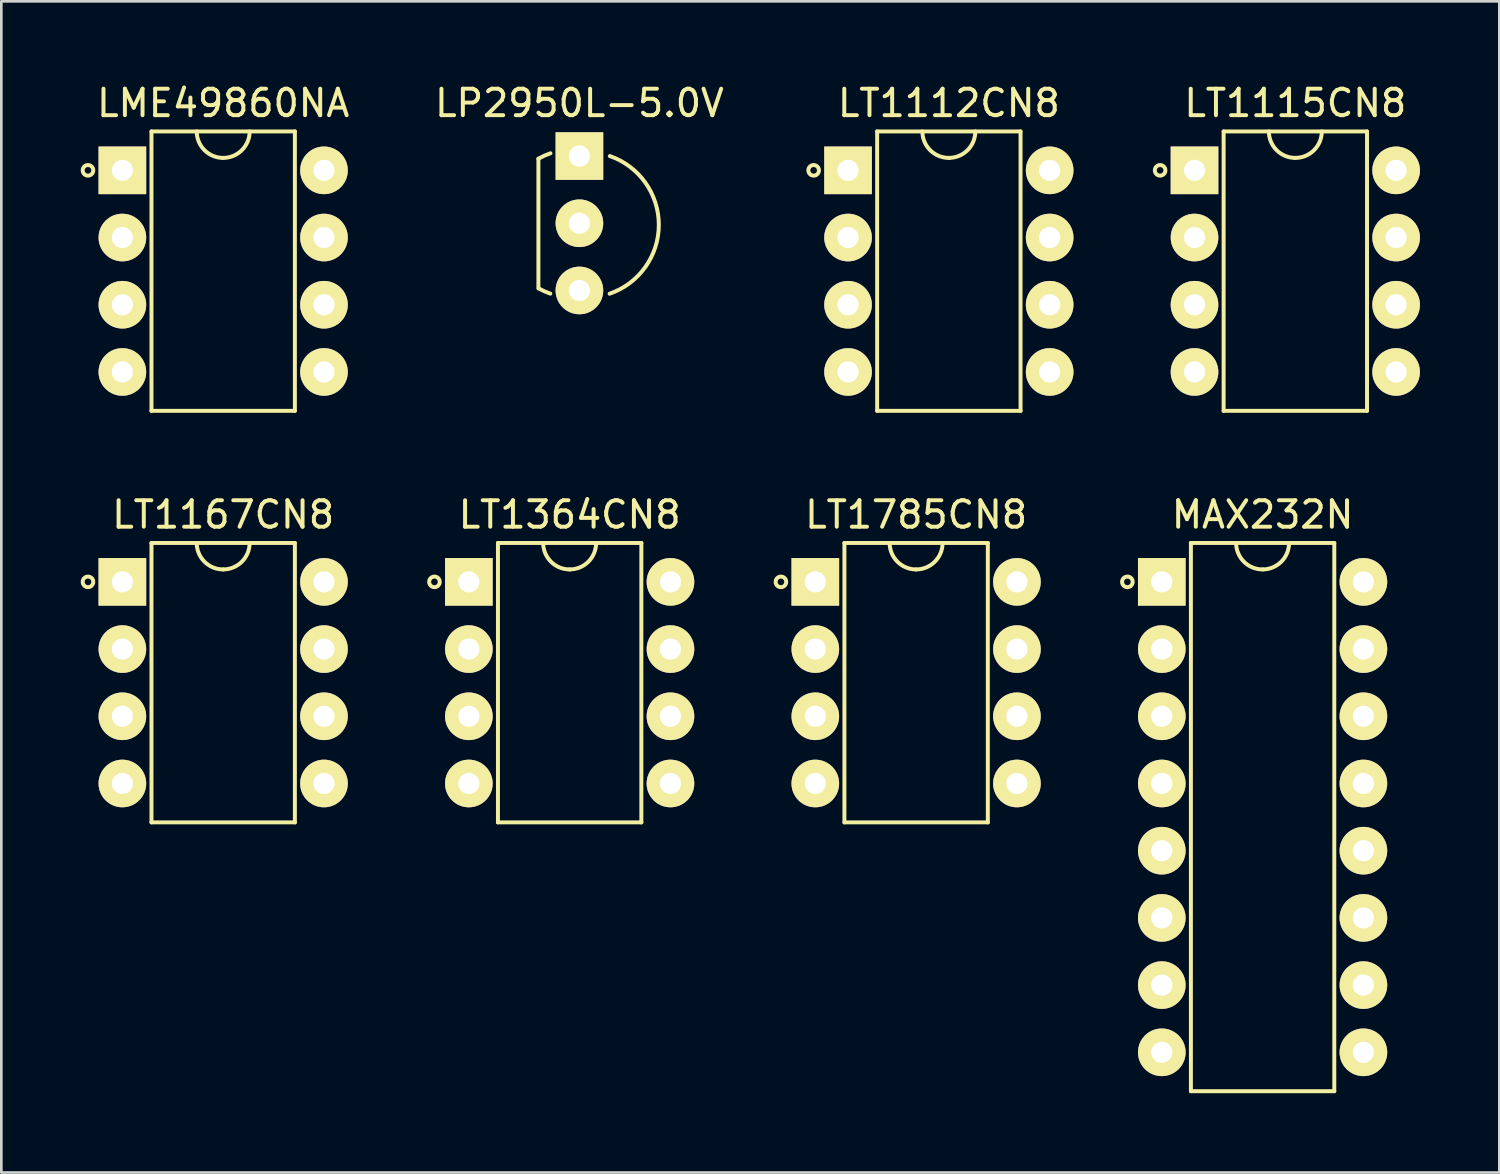
<source format=kicad_pcb>
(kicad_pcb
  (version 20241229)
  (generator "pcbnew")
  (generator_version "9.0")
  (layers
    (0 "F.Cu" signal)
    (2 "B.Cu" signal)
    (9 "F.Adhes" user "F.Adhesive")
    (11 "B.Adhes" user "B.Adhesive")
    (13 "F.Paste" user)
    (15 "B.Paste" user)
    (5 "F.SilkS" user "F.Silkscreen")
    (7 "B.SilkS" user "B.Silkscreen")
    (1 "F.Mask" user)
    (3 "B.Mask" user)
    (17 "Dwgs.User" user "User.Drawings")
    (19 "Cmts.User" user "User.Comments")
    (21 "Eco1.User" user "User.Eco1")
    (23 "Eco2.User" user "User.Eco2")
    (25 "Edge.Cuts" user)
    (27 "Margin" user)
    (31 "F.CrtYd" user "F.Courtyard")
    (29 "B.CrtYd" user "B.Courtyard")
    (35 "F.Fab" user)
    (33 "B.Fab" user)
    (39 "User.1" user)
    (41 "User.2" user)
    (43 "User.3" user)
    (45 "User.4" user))
  (footprint "LT1112CN8"
    (layer "F.Cu")
    (at 29.002 3.388)
    (property "Reference" "LT1112CN8" (at 3.81 -2.54 0) (layer "F.SilkS") (effects (font (size 1 1) (thickness 0.15))))
    (attr through_hole)
    (fp_line (start 1.1 -1.47) (end 6.52 -1.47) (stroke (width 0.15) (type solid)) (layer "F.SilkS"))
    (fp_line (start 1.1 9.09) (end 1.1 -1.47) (stroke (width 0.15) (type solid)) (layer "F.SilkS"))
    (fp_line (start 6.52 -1.47) (end 6.52 9.09) (stroke (width 0.15) (type solid)) (layer "F.SilkS"))
    (fp_line (start 6.52 9.09) (end 1.1 9.09) (stroke (width 0.15) (type solid)) (layer "F.SilkS"))
    (fp_arc (start 3.81 -0.47) (mid 3.102893 -0.762893) (end 2.81 -1.47) (stroke (width 0.15) (type solid)) (layer "F.SilkS"))
    (fp_arc (start 4.81 -1.47) (mid 4.517107 -0.762893) (end 3.81 -0.47) (stroke (width 0.15) (type solid)) (layer "F.SilkS"))
    (fp_circle (center -1.3 0) (end -1.3 0.2) (stroke (width 0.15) (type solid)) (fill no) (layer "F.SilkS"))
    (pad "1" thru_hole rect (at 0 0) (size 1.8 1.8) (drill 0.8) (layers "*.Cu" "*.Mask" "F.SilkS"))
    (pad "2" thru_hole circle (at 0 2.54) (size 1.8 1.8) (drill 0.8) (layers "*.Cu" "*.Mask" "F.SilkS"))
    (pad "3" thru_hole circle (at 0 5.08) (size 1.8 1.8) (drill 0.8) (layers "*.Cu" "*.Mask" "F.SilkS"))
    (pad "4" thru_hole circle (at 0 7.62) (size 1.8 1.8) (drill 0.8) (layers "*.Cu" "*.Mask" "F.SilkS"))
    (pad "5" thru_hole circle (at 7.62 7.62) (size 1.8 1.8) (drill 0.8) (layers "*.Cu" "*.Mask" "F.SilkS"))
    (pad "6" thru_hole circle (at 7.62 5.08) (size 1.8 1.8) (drill 0.8) (layers "*.Cu" "*.Mask" "F.SilkS"))
    (pad "7" thru_hole circle (at 7.62 2.54) (size 1.8 1.8) (drill 0.8) (layers "*.Cu" "*.Mask" "F.SilkS"))
    (pad "8" thru_hole circle (at 7.62 0) (size 1.8 1.8) (drill 0.8) (layers "*.Cu" "*.Mask" "F.SilkS")))
  (footprint "LT1115CN8"
    (layer "F.Cu")
    (at 42.097 3.388)
    (property "Reference" "LT1115CN8" (at 3.81 -2.54 0) (layer "F.SilkS") (effects (font (size 1 1) (thickness 0.15))))
    (attr through_hole)
    (fp_line (start 1.1 -1.47) (end 6.52 -1.47) (stroke (width 0.15) (type solid)) (layer "F.SilkS"))
    (fp_line (start 1.1 9.09) (end 1.1 -1.47) (stroke (width 0.15) (type solid)) (layer "F.SilkS"))
    (fp_line (start 6.52 -1.47) (end 6.52 9.09) (stroke (width 0.15) (type solid)) (layer "F.SilkS"))
    (fp_line (start 6.52 9.09) (end 1.1 9.09) (stroke (width 0.15) (type solid)) (layer "F.SilkS"))
    (fp_arc (start 3.81 -0.47) (mid 3.102893 -0.762893) (end 2.81 -1.47) (stroke (width 0.15) (type solid)) (layer "F.SilkS"))
    (fp_arc (start 4.81 -1.47) (mid 4.517107 -0.762893) (end 3.81 -0.47) (stroke (width 0.15) (type solid)) (layer "F.SilkS"))
    (fp_circle (center -1.3 0) (end -1.3 0.2) (stroke (width 0.15) (type solid)) (fill no) (layer "F.SilkS"))
    (pad "1" thru_hole rect (at 0 0) (size 1.8 1.8) (drill 0.8) (layers "*.Cu" "*.Mask" "F.SilkS"))
    (pad "2" thru_hole circle (at 0 2.54) (size 1.8 1.8) (drill 0.8) (layers "*.Cu" "*.Mask" "F.SilkS"))
    (pad "3" thru_hole circle (at 0 5.08) (size 1.8 1.8) (drill 0.8) (layers "*.Cu" "*.Mask" "F.SilkS"))
    (pad "4" thru_hole circle (at 0 7.62) (size 1.8 1.8) (drill 0.8) (layers "*.Cu" "*.Mask" "F.SilkS"))
    (pad "5" thru_hole circle (at 7.62 7.62) (size 1.8 1.8) (drill 0.8) (layers "*.Cu" "*.Mask" "F.SilkS"))
    (pad "6" thru_hole circle (at 7.62 5.08) (size 1.8 1.8) (drill 0.8) (layers "*.Cu" "*.Mask" "F.SilkS"))
    (pad "7" thru_hole circle (at 7.62 2.54) (size 1.8 1.8) (drill 0.8) (layers "*.Cu" "*.Mask" "F.SilkS"))
    (pad "8" thru_hole circle (at 7.62 0) (size 1.8 1.8) (drill 0.8) (layers "*.Cu" "*.Mask" "F.SilkS")))
  (footprint "MAX232N"
    (layer "F.Cu")
    (at 40.86 18.942)
    (property "Reference" "MAX232N" (at 3.81 -2.54 0) (layer "F.SilkS") (effects (font (size 1 1) (thickness 0.15))))
    (attr through_hole)
    (fp_line (start 1.1 -1.47) (end 6.52 -1.47) (stroke (width 0.15) (type solid)) (layer "F.SilkS"))
    (fp_line (start 1.1 19.25) (end 1.1 -1.47) (stroke (width 0.15) (type solid)) (layer "F.SilkS"))
    (fp_line (start 6.52 -1.47) (end 6.52 19.25) (stroke (width 0.15) (type solid)) (layer "F.SilkS"))
    (fp_line (start 6.52 19.25) (end 1.1 19.25) (stroke (width 0.15) (type solid)) (layer "F.SilkS"))
    (fp_arc (start 3.81 -0.47) (mid 3.102893 -0.762893) (end 2.81 -1.47) (stroke (width 0.15) (type solid)) (layer "F.SilkS"))
    (fp_arc (start 4.81 -1.47) (mid 4.517107 -0.762893) (end 3.81 -0.47) (stroke (width 0.15) (type solid)) (layer "F.SilkS"))
    (fp_circle (center -1.3 0) (end -1.3 0.2) (stroke (width 0.15) (type solid)) (fill no) (layer "F.SilkS"))
    (pad "1" thru_hole rect (at 0 0) (size 1.8 1.8) (drill 0.8) (layers "*.Cu" "*.Mask" "F.SilkS"))
    (pad "2" thru_hole circle (at 0 2.54) (size 1.8 1.8) (drill 0.8) (layers "*.Cu" "*.Mask" "F.SilkS"))
    (pad "3" thru_hole circle (at 0 5.08) (size 1.8 1.8) (drill 0.8) (layers "*.Cu" "*.Mask" "F.SilkS"))
    (pad "4" thru_hole circle (at 0 7.62) (size 1.8 1.8) (drill 0.8) (layers "*.Cu" "*.Mask" "F.SilkS"))
    (pad "5" thru_hole circle (at 0 10.16) (size 1.8 1.8) (drill 0.8) (layers "*.Cu" "*.Mask" "F.SilkS"))
    (pad "6" thru_hole circle (at 0 12.7) (size 1.8 1.8) (drill 0.8) (layers "*.Cu" "*.Mask" "F.SilkS"))
    (pad "7" thru_hole circle (at 0 15.24) (size 1.8 1.8) (drill 0.8) (layers "*.Cu" "*.Mask" "F.SilkS"))
    (pad "8" thru_hole circle (at 0 17.78) (size 1.8 1.8) (drill 0.8) (layers "*.Cu" "*.Mask" "F.SilkS"))
    (pad "9" thru_hole circle (at 7.62 17.78) (size 1.8 1.8) (drill 0.8) (layers "*.Cu" "*.Mask" "F.SilkS"))
    (pad "10" thru_hole circle (at 7.62 15.24) (size 1.8 1.8) (drill 0.8) (layers "*.Cu" "*.Mask" "F.SilkS"))
    (pad "11" thru_hole circle (at 7.62 12.7) (size 1.8 1.8) (drill 0.8) (layers "*.Cu" "*.Mask" "F.SilkS"))
    (pad "12" thru_hole circle (at 7.62 10.16) (size 1.8 1.8) (drill 0.8) (layers "*.Cu" "*.Mask" "F.SilkS"))
    (pad "13" thru_hole circle (at 7.62 7.62) (size 1.8 1.8) (drill 0.8) (layers "*.Cu" "*.Mask" "F.SilkS"))
    (pad "14" thru_hole circle (at 7.62 5.08) (size 1.8 1.8) (drill 0.8) (layers "*.Cu" "*.Mask" "F.SilkS"))
    (pad "15" thru_hole circle (at 7.62 2.54) (size 1.8 1.8) (drill 0.8) (layers "*.Cu" "*.Mask" "F.SilkS"))
    (pad "16" thru_hole circle (at 7.62 0) (size 1.8 1.8) (drill 0.8) (layers "*.Cu" "*.Mask" "F.SilkS")))
  (footprint "LT1785CN8"
    (layer "F.Cu")
    (at 27.765 18.942)
    (property "Reference" "LT1785CN8" (at 3.81 -2.54 0) (layer "F.SilkS") (effects (font (size 1 1) (thickness 0.15))))
    (attr through_hole)
    (fp_line (start 1.1 -1.47) (end 6.52 -1.47) (stroke (width 0.15) (type solid)) (layer "F.SilkS"))
    (fp_line (start 1.1 9.09) (end 1.1 -1.47) (stroke (width 0.15) (type solid)) (layer "F.SilkS"))
    (fp_line (start 6.52 -1.47) (end 6.52 9.09) (stroke (width 0.15) (type solid)) (layer "F.SilkS"))
    (fp_line (start 6.52 9.09) (end 1.1 9.09) (stroke (width 0.15) (type solid)) (layer "F.SilkS"))
    (fp_arc (start 3.81 -0.47) (mid 3.102893 -0.762893) (end 2.81 -1.47) (stroke (width 0.15) (type solid)) (layer "F.SilkS"))
    (fp_arc (start 4.81 -1.47) (mid 4.517107 -0.762893) (end 3.81 -0.47) (stroke (width 0.15) (type solid)) (layer "F.SilkS"))
    (fp_circle (center -1.3 0) (end -1.3 0.2) (stroke (width 0.15) (type solid)) (fill no) (layer "F.SilkS"))
    (pad "1" thru_hole rect (at 0 0) (size 1.8 1.8) (drill 0.8) (layers "*.Cu" "*.Mask" "F.SilkS"))
    (pad "2" thru_hole circle (at 0 2.54) (size 1.8 1.8) (drill 0.8) (layers "*.Cu" "*.Mask" "F.SilkS"))
    (pad "3" thru_hole circle (at 0 5.08) (size 1.8 1.8) (drill 0.8) (layers "*.Cu" "*.Mask" "F.SilkS"))
    (pad "4" thru_hole circle (at 0 7.62) (size 1.8 1.8) (drill 0.8) (layers "*.Cu" "*.Mask" "F.SilkS"))
    (pad "5" thru_hole circle (at 7.62 7.62) (size 1.8 1.8) (drill 0.8) (layers "*.Cu" "*.Mask" "F.SilkS"))
    (pad "6" thru_hole circle (at 7.62 5.08) (size 1.8 1.8) (drill 0.8) (layers "*.Cu" "*.Mask" "F.SilkS"))
    (pad "7" thru_hole circle (at 7.62 2.54) (size 1.8 1.8) (drill 0.8) (layers "*.Cu" "*.Mask" "F.SilkS"))
    (pad "8" thru_hole circle (at 7.62 0) (size 1.8 1.8) (drill 0.8) (layers "*.Cu" "*.Mask" "F.SilkS")))
  (footprint "LT1364CN8"
    (layer "F.Cu")
    (at 14.67 18.942)
    (property "Reference" "LT1364CN8" (at 3.81 -2.54 0) (layer "F.SilkS") (effects (font (size 1 1) (thickness 0.15))))
    (attr through_hole)
    (fp_line (start 1.1 -1.47) (end 6.52 -1.47) (stroke (width 0.15) (type solid)) (layer "F.SilkS"))
    (fp_line (start 1.1 9.09) (end 1.1 -1.47) (stroke (width 0.15) (type solid)) (layer "F.SilkS"))
    (fp_line (start 6.52 -1.47) (end 6.52 9.09) (stroke (width 0.15) (type solid)) (layer "F.SilkS"))
    (fp_line (start 6.52 9.09) (end 1.1 9.09) (stroke (width 0.15) (type solid)) (layer "F.SilkS"))
    (fp_arc (start 3.81 -0.47) (mid 3.102893 -0.762893) (end 2.81 -1.47) (stroke (width 0.15) (type solid)) (layer "F.SilkS"))
    (fp_arc (start 4.81 -1.47) (mid 4.517107 -0.762893) (end 3.81 -0.47) (stroke (width 0.15) (type solid)) (layer "F.SilkS"))
    (fp_circle (center -1.3 0) (end -1.3 0.2) (stroke (width 0.15) (type solid)) (fill no) (layer "F.SilkS"))
    (pad "1" thru_hole rect (at 0 0) (size 1.8 1.8) (drill 0.8) (layers "*.Cu" "*.Mask" "F.SilkS"))
    (pad "2" thru_hole circle (at 0 2.54) (size 1.8 1.8) (drill 0.8) (layers "*.Cu" "*.Mask" "F.SilkS"))
    (pad "3" thru_hole circle (at 0 5.08) (size 1.8 1.8) (drill 0.8) (layers "*.Cu" "*.Mask" "F.SilkS"))
    (pad "4" thru_hole circle (at 0 7.62) (size 1.8 1.8) (drill 0.8) (layers "*.Cu" "*.Mask" "F.SilkS"))
    (pad "5" thru_hole circle (at 7.62 7.62) (size 1.8 1.8) (drill 0.8) (layers "*.Cu" "*.Mask" "F.SilkS"))
    (pad "6" thru_hole circle (at 7.62 5.08) (size 1.8 1.8) (drill 0.8) (layers "*.Cu" "*.Mask" "F.SilkS"))
    (pad "7" thru_hole circle (at 7.62 2.54) (size 1.8 1.8) (drill 0.8) (layers "*.Cu" "*.Mask" "F.SilkS"))
    (pad "8" thru_hole circle (at 7.62 0) (size 1.8 1.8) (drill 0.8) (layers "*.Cu" "*.Mask" "F.SilkS")))
  (footprint "LP2950L-5.0V"
    (layer "F.Cu")
    (at 18.849 2.848)
    (property "Reference" "LP2950L-5.0V" (at 0 -2 0) (layer "F.SilkS") (effects (font (size 1 1) (thickness 0.15))))
    (attr through_hole)
    (fp_line (start -1.55 5) (end -1.55 0.1) (stroke (width 0.15) (type solid)) (layer "F.SilkS"))
    (fp_arc (start -1.55 0.1) (mid -1.326783 -0.012505) (end -1.09461 -0.105127) (stroke (width 0.15) (type solid)) (layer "F.SilkS"))
    (fp_arc (start -1.1 5.2) (mid -1.32318 5.111666) (end -1.537812 5.004217) (stroke (width 0.15) (type solid)) (layer "F.SilkS"))
    (fp_arc (start 1.15 0) (mid 3.00136 2.60449) (end 1.14151 5.202923) (stroke (width 0.15) (type solid)) (layer "F.SilkS"))
    (pad "1" thru_hole rect (at 0 0) (size 1.8 1.8) (drill 0.8) (layers "*.Cu" "*.Mask" "F.SilkS"))
    (pad "2" thru_hole circle (at 0 2.54) (size 1.8 1.8) (drill 0.8) (layers "*.Cu" "*.Mask" "F.SilkS"))
    (pad "3" thru_hole circle (at 0 5.08) (size 1.8 1.8) (drill 0.8) (layers "*.Cu" "*.Mask" "F.SilkS")))
  (footprint "LT1167CN8"
    (layer "F.Cu")
    (at 1.575 18.942)
    (property "Reference" "LT1167CN8" (at 3.81 -2.54 0) (layer "F.SilkS") (effects (font (size 1 1) (thickness 0.15))))
    (attr through_hole)
    (fp_line (start 1.1 -1.47) (end 6.52 -1.47) (stroke (width 0.15) (type solid)) (layer "F.SilkS"))
    (fp_line (start 1.1 9.09) (end 1.1 -1.47) (stroke (width 0.15) (type solid)) (layer "F.SilkS"))
    (fp_line (start 6.52 -1.47) (end 6.52 9.09) (stroke (width 0.15) (type solid)) (layer "F.SilkS"))
    (fp_line (start 6.52 9.09) (end 1.1 9.09) (stroke (width 0.15) (type solid)) (layer "F.SilkS"))
    (fp_arc (start 3.81 -0.47) (mid 3.102893 -0.762893) (end 2.81 -1.47) (stroke (width 0.15) (type solid)) (layer "F.SilkS"))
    (fp_arc (start 4.81 -1.47) (mid 4.517107 -0.762893) (end 3.81 -0.47) (stroke (width 0.15) (type solid)) (layer "F.SilkS"))
    (fp_circle (center -1.3 0) (end -1.3 0.2) (stroke (width 0.15) (type solid)) (fill no) (layer "F.SilkS"))
    (pad "1" thru_hole rect (at 0 0) (size 1.8 1.8) (drill 0.8) (layers "*.Cu" "*.Mask" "F.SilkS"))
    (pad "2" thru_hole circle (at 0 2.54) (size 1.8 1.8) (drill 0.8) (layers "*.Cu" "*.Mask" "F.SilkS"))
    (pad "3" thru_hole circle (at 0 5.08) (size 1.8 1.8) (drill 0.8) (layers "*.Cu" "*.Mask" "F.SilkS"))
    (pad "4" thru_hole circle (at 0 7.62) (size 1.8 1.8) (drill 0.8) (layers "*.Cu" "*.Mask" "F.SilkS"))
    (pad "5" thru_hole circle (at 7.62 7.62) (size 1.8 1.8) (drill 0.8) (layers "*.Cu" "*.Mask" "F.SilkS"))
    (pad "6" thru_hole circle (at 7.62 5.08) (size 1.8 1.8) (drill 0.8) (layers "*.Cu" "*.Mask" "F.SilkS"))
    (pad "7" thru_hole circle (at 7.62 2.54) (size 1.8 1.8) (drill 0.8) (layers "*.Cu" "*.Mask" "F.SilkS"))
    (pad "8" thru_hole circle (at 7.62 0) (size 1.8 1.8) (drill 0.8) (layers "*.Cu" "*.Mask" "F.SilkS")))
  (footprint "LME49860NA"
    (layer "F.Cu")
    (at 1.575 3.388)
    (property "Reference" "LME49860NA" (at 3.81 -2.54 0) (layer "F.SilkS") (effects (font (size 1 1) (thickness 0.15))))
    (attr through_hole)
    (fp_line (start 1.1 -1.47) (end 6.52 -1.47) (stroke (width 0.15) (type solid)) (layer "F.SilkS"))
    (fp_line (start 1.1 9.09) (end 1.1 -1.47) (stroke (width 0.15) (type solid)) (layer "F.SilkS"))
    (fp_line (start 6.52 -1.47) (end 6.52 9.09) (stroke (width 0.15) (type solid)) (layer "F.SilkS"))
    (fp_line (start 6.52 9.09) (end 1.1 9.09) (stroke (width 0.15) (type solid)) (layer "F.SilkS"))
    (fp_arc (start 3.81 -0.47) (mid 3.102893 -0.762893) (end 2.81 -1.47) (stroke (width 0.15) (type solid)) (layer "F.SilkS"))
    (fp_arc (start 4.81 -1.47) (mid 4.517107 -0.762893) (end 3.81 -0.47) (stroke (width 0.15) (type solid)) (layer "F.SilkS"))
    (fp_circle (center -1.3 0) (end -1.3 0.2) (stroke (width 0.15) (type solid)) (fill no) (layer "F.SilkS"))
    (pad "1" thru_hole rect (at 0 0) (size 1.8 1.8) (drill 0.8) (layers "*.Cu" "*.Mask" "F.SilkS"))
    (pad "2" thru_hole circle (at 0 2.54) (size 1.8 1.8) (drill 0.8) (layers "*.Cu" "*.Mask" "F.SilkS"))
    (pad "3" thru_hole circle (at 0 5.08) (size 1.8 1.8) (drill 0.8) (layers "*.Cu" "*.Mask" "F.SilkS"))
    (pad "4" thru_hole circle (at 0 7.62) (size 1.8 1.8) (drill 0.8) (layers "*.Cu" "*.Mask" "F.SilkS"))
    (pad "5" thru_hole circle (at 7.62 7.62) (size 1.8 1.8) (drill 0.8) (layers "*.Cu" "*.Mask" "F.SilkS"))
    (pad "6" thru_hole circle (at 7.62 5.08) (size 1.8 1.8) (drill 0.8) (layers "*.Cu" "*.Mask" "F.SilkS"))
    (pad "7" thru_hole circle (at 7.62 2.54) (size 1.8 1.8) (drill 0.8) (layers "*.Cu" "*.Mask" "F.SilkS"))
    (pad "8" thru_hole circle (at 7.62 0) (size 1.8 1.8) (drill 0.8) (layers "*.Cu" "*.Mask" "F.SilkS")))
  (gr_rect
    (start -3 -3)
    (end 53.617 41.267)
    (stroke (width 0.1) (type default))
    (fill no)
    (layer "Edge.Cuts")))
</source>
